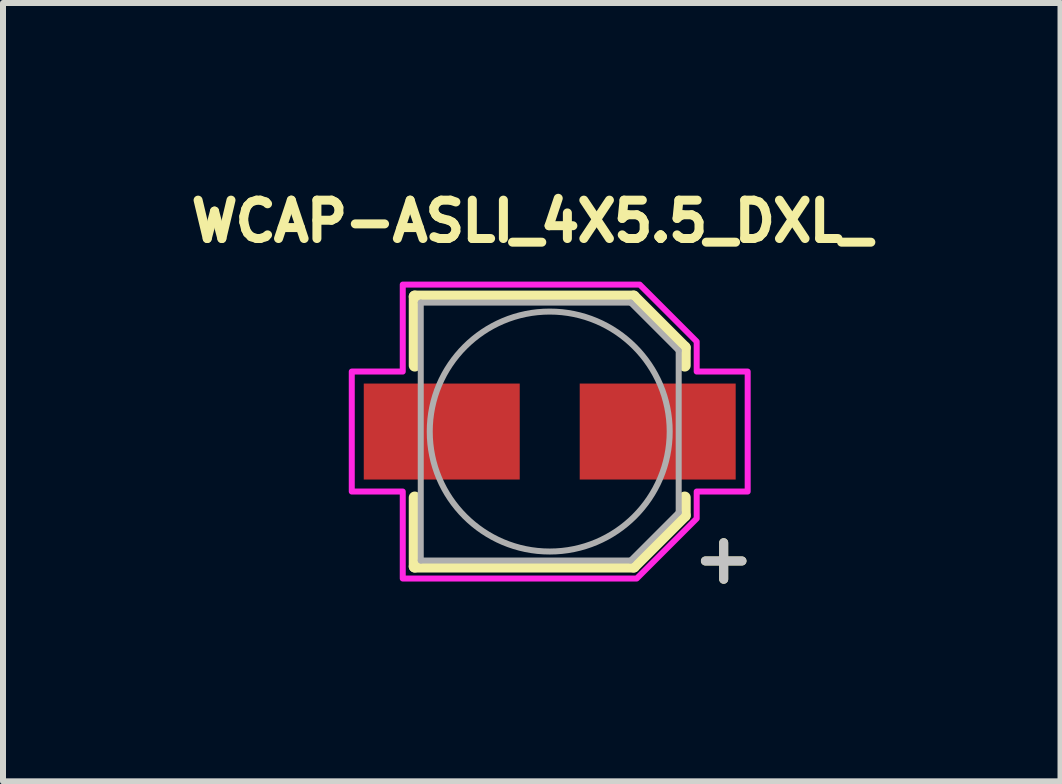
<source format=kicad_pcb>
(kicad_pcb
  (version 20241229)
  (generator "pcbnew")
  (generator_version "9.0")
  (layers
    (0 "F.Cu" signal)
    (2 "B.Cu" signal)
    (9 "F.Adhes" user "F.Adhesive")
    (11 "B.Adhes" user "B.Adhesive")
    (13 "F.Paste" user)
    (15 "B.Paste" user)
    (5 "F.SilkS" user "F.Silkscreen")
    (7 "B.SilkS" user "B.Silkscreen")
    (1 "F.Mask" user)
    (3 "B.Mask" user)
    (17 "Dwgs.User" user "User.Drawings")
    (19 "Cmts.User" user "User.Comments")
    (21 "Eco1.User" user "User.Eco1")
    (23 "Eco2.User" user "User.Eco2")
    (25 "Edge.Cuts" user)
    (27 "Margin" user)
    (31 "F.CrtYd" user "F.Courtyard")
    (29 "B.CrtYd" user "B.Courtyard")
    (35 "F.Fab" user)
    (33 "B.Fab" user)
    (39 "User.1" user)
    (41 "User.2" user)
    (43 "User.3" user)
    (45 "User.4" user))
  (footprint "WCAP-ASLI_4X5.5_DXL_"
    (layer "F.Cu")
    (at 6.114 4.144)
    (property "Reference" "WCAP-ASLI_4X5.5_DXL_" (at -0.3 -3.506 0) (layer "F.SilkS") (effects (font (size 0.64 0.64) (thickness 0.15))))
    (attr smd)
    (fp_line (start -2.25 -2.25) (end -2.25 -1.1) (stroke (width 0.2) (type solid)) (layer "F.SilkS"))
    (fp_line (start -2.25 -2.25) (end 1.4 -2.25) (stroke (width 0.2) (type solid)) (layer "F.SilkS"))
    (fp_line (start -2.25 2.25) (end -2.25 1.1) (stroke (width 0.2) (type solid)) (layer "F.SilkS"))
    (fp_line (start -2.25 2.25) (end 1.4 2.25) (stroke (width 0.2) (type solid)) (layer "F.SilkS"))
    (fp_line (start 1.4 -2.25) (end 2.25 -1.4) (stroke (width 0.2) (type solid)) (layer "F.SilkS"))
    (fp_line (start 1.4 2.25) (end 2.25 1.4) (stroke (width 0.2) (type solid)) (layer "F.SilkS"))
    (fp_line (start 2.25 -1.4) (end 2.25 -1.1) (stroke (width 0.2) (type solid)) (layer "F.SilkS"))
    (fp_line (start 2.25 1.4) (end 2.25 1.1) (stroke (width 0.2) (type solid)) (layer "F.SilkS"))
    (fp_poly (pts (xy -2.45 -2.45) (xy -2.45 -1) (xy -3.3 -1) (xy -3.3 1) (xy -2.45 1) (xy -2.45 2.45) (xy 1.45 2.45) (xy 2.45 1.45) (xy 2.45 1) (xy 3.3 1) (xy 3.3 -1) (xy 2.45 -1) (xy 2.45 -1.5) (xy 1.5 -2.45)) (stroke (width 0.1) (type solid)) (fill no) (layer "F.CrtYd"))
    (fp_line (start -2.15 -2.15) (end -2.15 2.15) (stroke (width 0.1) (type solid)) (layer "F.Fab"))
    (fp_line (start -2.15 2.15) (end 1.35 2.15) (stroke (width 0.1) (type solid)) (layer "F.Fab"))
    (fp_line (start 1.35 -2.15) (end -2.15 -2.15) (stroke (width 0.1) (type solid)) (layer "F.Fab"))
    (fp_line (start 1.35 2.15) (end 2.15 1.35) (stroke (width 0.1) (type solid)) (layer "F.Fab"))
    (fp_line (start 2.15 -1.35) (end 1.35 -2.15) (stroke (width 0.1) (type solid)) (layer "F.Fab"))
    (fp_line (start 2.15 1.35) (end 2.15 -1.35) (stroke (width 0.1) (type solid)) (layer "F.Fab"))
    (fp_circle (center 0 0) (end 2 0) (stroke (width 0.1) (type solid)) (fill no) (layer "F.Fab"))
    (fp_text user "+" (at 2.9 2.1 0) (layer "F.SilkS") (effects (font (size 0.8 0.8) (thickness 0.15))))
    (fp_text user "+" (at 2.9 2.1 0) (layer "Dwgs.User") (effects (font (size 0.8 0.8) (thickness 0.15))))
    (pad "1" smd rect (at 1.8 0) (size 2.6 1.6) (layers "F.Cu" "F.Mask" "F.Paste"))
    (pad "2" smd rect (at -1.8 0) (size 2.6 1.6) (layers "F.Cu" "F.Mask" "F.Paste")))
  (gr_rect
    (start -3 -3)
    (end 14.629 9.975)
    (stroke (width 0.1) (type default))
    (fill no)
    (layer "Edge.Cuts")))
</source>
